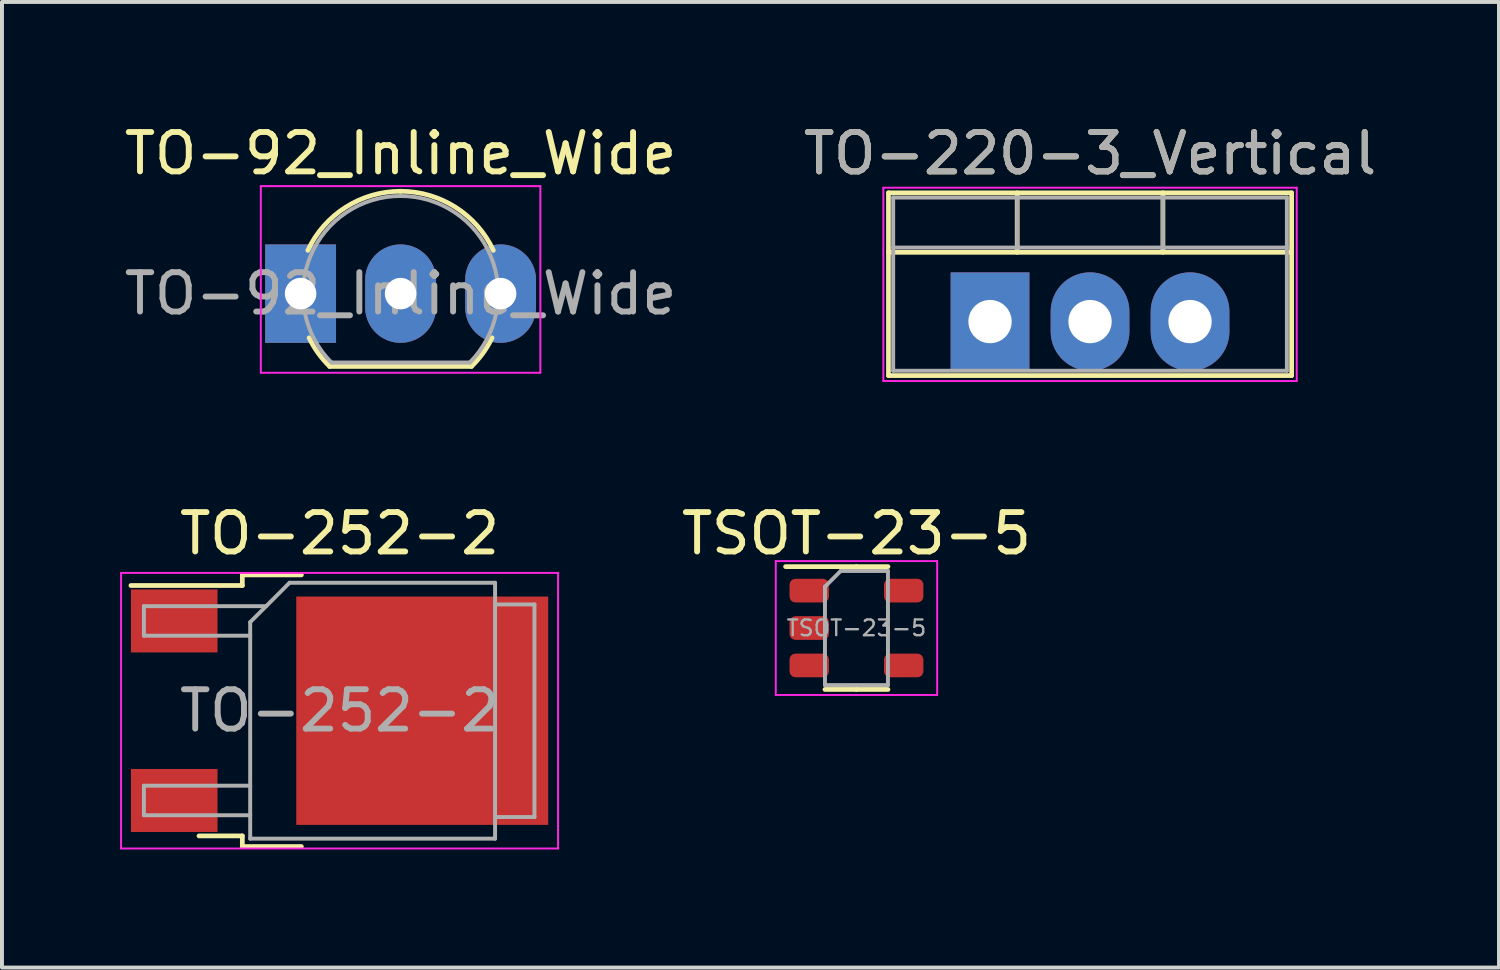
<source format=kicad_pcb>
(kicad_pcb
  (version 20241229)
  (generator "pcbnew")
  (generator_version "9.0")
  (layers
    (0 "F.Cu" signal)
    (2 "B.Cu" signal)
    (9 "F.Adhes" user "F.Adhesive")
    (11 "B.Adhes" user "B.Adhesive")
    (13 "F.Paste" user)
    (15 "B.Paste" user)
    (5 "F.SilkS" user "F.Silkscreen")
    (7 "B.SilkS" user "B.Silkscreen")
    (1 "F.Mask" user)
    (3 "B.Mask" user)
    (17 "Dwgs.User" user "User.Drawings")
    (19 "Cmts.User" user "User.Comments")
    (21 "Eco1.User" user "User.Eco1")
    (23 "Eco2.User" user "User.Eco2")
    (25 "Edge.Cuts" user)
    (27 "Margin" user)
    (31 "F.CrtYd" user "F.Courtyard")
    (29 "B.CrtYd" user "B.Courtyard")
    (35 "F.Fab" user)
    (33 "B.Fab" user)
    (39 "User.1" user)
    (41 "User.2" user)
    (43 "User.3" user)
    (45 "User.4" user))
  (footprint "TO-92_Inline_Wide"
    (layer "F.Cu")
    (at 4.585 4.408)
    (property "Reference" "TO-92_Inline_Wide" (at 2.54 -3.56 0) (layer "F.SilkS") (effects (font (size 1 1) (thickness 0.15))))
    (attr through_hole)
    (fp_line (start 0.74 1.85) (end 4.34 1.85) (stroke (width 0.12) (type solid)) (layer "F.SilkS"))
    (fp_arc (start 0.1836 -1.098807) (mid 1.143021 -2.192817) (end 2.54 -2.6) (stroke (width 0.12) (type solid)) (layer "F.SilkS"))
    (fp_arc (start 0.74 1.85) (mid 0.446097 1.509328) (end 0.215816 1.122795) (stroke (width 0.12) (type solid)) (layer "F.SilkS"))
    (fp_arc (start 2.54 -2.6) (mid 3.936979 -2.192818) (end 4.8964 -1.098807) (stroke (width 0.12) (type solid)) (layer "F.SilkS"))
    (fp_arc (start 4.864184 1.122795) (mid 4.633903 1.509328) (end 4.34 1.85) (stroke (width 0.12) (type solid)) (layer "F.SilkS"))
    (fp_line (start -1.01 -2.73) (end -1.01 2.01) (stroke (width 0.05) (type solid)) (layer "F.CrtYd"))
    (fp_line (start -1.01 -2.73) (end 6.09 -2.73) (stroke (width 0.05) (type solid)) (layer "F.CrtYd"))
    (fp_line (start 6.09 2.01) (end -1.01 2.01) (stroke (width 0.05) (type solid)) (layer "F.CrtYd"))
    (fp_line (start 6.09 2.01) (end 6.09 -2.73) (stroke (width 0.05) (type solid)) (layer "F.CrtYd"))
    (fp_line (start 0.8 1.75) (end 4.3 1.75) (stroke (width 0.1) (type solid)) (layer "F.Fab"))
    (fp_arc (start 0.786375 1.753625) (mid 0.248779 -0.949055) (end 2.54 -2.48) (stroke (width 0.1) (type solid)) (layer "F.Fab"))
    (fp_arc (start 2.54 -2.48) (mid 4.831221 -0.949055) (end 4.293625 1.753625) (stroke (width 0.1) (type solid)) (layer "F.Fab"))
    (fp_text user "${REFERENCE}" (at 2.54 0 0) (layer "F.Fab") (effects (font (size 1 1) (thickness 0.15))))
    (pad "1" thru_hole rect (at 0 0) (size 1.8 2.5) (drill 0.8) (layers "*.Cu" "*.Mask"))
    (pad "2" thru_hole oval (at 2.54 0) (size 1.8 2.5) (drill 0.8) (layers "*.Cu" "*.Mask"))
    (pad "3" thru_hole oval (at 5.08 0) (size 1.8 2.5) (drill 0.8) (layers "*.Cu" "*.Mask")))
  (footprint "TSOT-23-5"
    (layer "F.Cu")
    (at 18.704 12.902)
    (property "Reference" "TSOT-23-5" (at 0 -2.4 0) (layer "F.SilkS") (effects (font (size 1 1) (thickness 0.15))))
    (attr smd)
    (fp_line (start 0 -1.56) (end -1.8 -1.56) (stroke (width 0.12) (type solid)) (layer "F.SilkS"))
    (fp_line (start 0 -1.56) (end 0.8 -1.56) (stroke (width 0.12) (type solid)) (layer "F.SilkS"))
    (fp_line (start 0 1.56) (end -0.8 1.56) (stroke (width 0.12) (type solid)) (layer "F.SilkS"))
    (fp_line (start 0 1.56) (end 0.8 1.56) (stroke (width 0.12) (type solid)) (layer "F.SilkS"))
    (fp_line (start -2.05 -1.7) (end -2.05 1.7) (stroke (width 0.05) (type solid)) (layer "F.CrtYd"))
    (fp_line (start -2.05 1.7) (end 2.05 1.7) (stroke (width 0.05) (type solid)) (layer "F.CrtYd"))
    (fp_line (start 2.05 -1.7) (end -2.05 -1.7) (stroke (width 0.05) (type solid)) (layer "F.CrtYd"))
    (fp_line (start 2.05 1.7) (end 2.05 -1.7) (stroke (width 0.05) (type solid)) (layer "F.CrtYd"))
    (fp_line (start -0.8 -1.05) (end -0.4 -1.45) (stroke (width 0.1) (type solid)) (layer "F.Fab"))
    (fp_line (start -0.8 1.45) (end -0.8 -1.05) (stroke (width 0.1) (type solid)) (layer "F.Fab"))
    (fp_line (start -0.4 -1.45) (end 0.8 -1.45) (stroke (width 0.1) (type solid)) (layer "F.Fab"))
    (fp_line (start 0.8 -1.45) (end 0.8 1.45) (stroke (width 0.1) (type solid)) (layer "F.Fab"))
    (fp_line (start 0.8 1.45) (end -0.8 1.45) (stroke (width 0.1) (type solid)) (layer "F.Fab"))
    (fp_text user "${REFERENCE}" (at 0 0 0) (layer "F.Fab") (effects (font (size 0.4 0.4) (thickness 0.06))))
    (pad "1" smd roundrect (at -1.2 -0.95) (size 1 0.6) (layers "F.Cu" "F.Mask" "F.Paste") (roundrect_rratio 0.25))
    (pad "2" smd roundrect (at -1.2 0) (size 1 0.6) (layers "F.Cu" "F.Mask" "F.Paste") (roundrect_rratio 0.25))
    (pad "3" smd roundrect (at -1.2 0.95) (size 1 0.6) (layers "F.Cu" "F.Mask" "F.Paste") (roundrect_rratio 0.25))
    (pad "4" smd roundrect (at 1.2 0.95) (size 1 0.6) (layers "F.Cu" "F.Mask" "F.Paste") (roundrect_rratio 0.25))
    (pad "5" smd roundrect (at 1.2 -0.95) (size 1 0.6) (layers "F.Cu" "F.Mask" "F.Paste") (roundrect_rratio 0.25)))
  (footprint "TO-220-3_Vertical"
    (layer "F.Cu")
    (at 22.097 5.118)
    (property "Reference" "TO-220-3_Vertical" (at 2.54 -4.27 0) (layer "F.SilkS") (effects (font (size 1 1) (thickness 0.15))))
    (attr through_hole)
    (fp_line (start -2.58 -3.27) (end -2.58 1.371) (stroke (width 0.12) (type solid)) (layer "F.SilkS"))
    (fp_line (start -2.58 -3.27) (end 7.66 -3.27) (stroke (width 0.12) (type solid)) (layer "F.SilkS"))
    (fp_line (start -2.58 -1.76) (end 7.66 -1.76) (stroke (width 0.12) (type solid)) (layer "F.SilkS"))
    (fp_line (start -2.58 1.371) (end 7.66 1.371) (stroke (width 0.12) (type solid)) (layer "F.SilkS"))
    (fp_line (start 0.69 -3.27) (end 0.69 -1.76) (stroke (width 0.12) (type solid)) (layer "F.SilkS"))
    (fp_line (start 4.391 -3.27) (end 4.391 -1.76) (stroke (width 0.12) (type solid)) (layer "F.SilkS"))
    (fp_line (start 7.66 -3.27) (end 7.66 1.371) (stroke (width 0.12) (type solid)) (layer "F.SilkS"))
    (fp_line (start -2.71 -3.4) (end -2.71 1.51) (stroke (width 0.05) (type solid)) (layer "F.CrtYd"))
    (fp_line (start -2.71 1.51) (end 7.79 1.51) (stroke (width 0.05) (type solid)) (layer "F.CrtYd"))
    (fp_line (start 7.79 -3.4) (end -2.71 -3.4) (stroke (width 0.05) (type solid)) (layer "F.CrtYd"))
    (fp_line (start 7.79 1.51) (end 7.79 -3.4) (stroke (width 0.05) (type solid)) (layer "F.CrtYd"))
    (fp_line (start -2.46 -3.15) (end -2.46 1.25) (stroke (width 0.1) (type solid)) (layer "F.Fab"))
    (fp_line (start -2.46 -1.88) (end 7.54 -1.88) (stroke (width 0.1) (type solid)) (layer "F.Fab"))
    (fp_line (start -2.46 1.25) (end 7.54 1.25) (stroke (width 0.1) (type solid)) (layer "F.Fab"))
    (fp_line (start 0.69 -3.15) (end 0.69 -1.88) (stroke (width 0.1) (type solid)) (layer "F.Fab"))
    (fp_line (start 4.39 -3.15) (end 4.39 -1.88) (stroke (width 0.1) (type solid)) (layer "F.Fab"))
    (fp_line (start 7.54 -3.15) (end -2.46 -3.15) (stroke (width 0.1) (type solid)) (layer "F.Fab"))
    (fp_line (start 7.54 1.25) (end 7.54 -3.15) (stroke (width 0.1) (type solid)) (layer "F.Fab"))
    (fp_text user "${REFERENCE}" (at 2.54 -4.27 0) (layer "F.Fab") (effects (font (size 1 1) (thickness 0.15))))
    (pad "1" thru_hole rect (at 0 0) (size 2 2.5) (drill 1.1) (layers "*.Cu" "*.Mask"))
    (pad "2" thru_hole oval (at 2.54 0) (size 2 2.5) (drill 1.1) (layers "*.Cu" "*.Mask"))
    (pad "3" thru_hole oval (at 5.08 0) (size 2 2.5) (drill 1.1) (layers "*.Cu" "*.Mask")))
  (footprint "TO-252-2"
    (layer "F.Cu")
    (at 5.575 15.002)
    (property "Reference" "TO-252-2" (at 0 -4.5 0) (layer "F.SilkS") (effects (font (size 1 1) (thickness 0.15))))
    (attr smd)
    (fp_line (start -2.47 -3.45) (end -2.47 -3.18) (stroke (width 0.12) (type solid)) (layer "F.SilkS"))
    (fp_line (start -2.47 -3.18) (end -5.3 -3.18) (stroke (width 0.12) (type solid)) (layer "F.SilkS"))
    (fp_line (start -2.47 3.18) (end -3.57 3.18) (stroke (width 0.12) (type solid)) (layer "F.SilkS"))
    (fp_line (start -2.47 3.45) (end -2.47 3.18) (stroke (width 0.12) (type solid)) (layer "F.SilkS"))
    (fp_line (start -0.97 -3.45) (end -2.47 -3.45) (stroke (width 0.12) (type solid)) (layer "F.SilkS"))
    (fp_line (start -0.97 3.45) (end -2.47 3.45) (stroke (width 0.12) (type solid)) (layer "F.SilkS"))
    (fp_line (start -5.55 -3.5) (end -5.55 3.5) (stroke (width 0.05) (type solid)) (layer "F.CrtYd"))
    (fp_line (start -5.55 3.5) (end 5.55 3.5) (stroke (width 0.05) (type solid)) (layer "F.CrtYd"))
    (fp_line (start 5.55 -3.5) (end -5.55 -3.5) (stroke (width 0.05) (type solid)) (layer "F.CrtYd"))
    (fp_line (start 5.55 3.5) (end 5.55 -3.5) (stroke (width 0.05) (type solid)) (layer "F.CrtYd"))
    (fp_line (start -4.97 -2.655) (end -4.97 -1.905) (stroke (width 0.1) (type solid)) (layer "F.Fab"))
    (fp_line (start -4.97 -1.905) (end -2.27 -1.905) (stroke (width 0.1) (type solid)) (layer "F.Fab"))
    (fp_line (start -4.97 1.905) (end -4.97 2.655) (stroke (width 0.1) (type solid)) (layer "F.Fab"))
    (fp_line (start -4.97 2.655) (end -2.27 2.655) (stroke (width 0.1) (type solid)) (layer "F.Fab"))
    (fp_line (start -2.27 -2.25) (end -1.27 -3.25) (stroke (width 0.1) (type solid)) (layer "F.Fab"))
    (fp_line (start -2.27 1.905) (end -4.97 1.905) (stroke (width 0.1) (type solid)) (layer "F.Fab"))
    (fp_line (start -2.27 3.25) (end -2.27 -2.25) (stroke (width 0.1) (type solid)) (layer "F.Fab"))
    (fp_line (start -1.865 -2.655) (end -4.97 -2.655) (stroke (width 0.1) (type solid)) (layer "F.Fab"))
    (fp_line (start -1.27 -3.25) (end 3.95 -3.25) (stroke (width 0.1) (type solid)) (layer "F.Fab"))
    (fp_line (start 3.95 -3.25) (end 3.95 3.25) (stroke (width 0.1) (type solid)) (layer "F.Fab"))
    (fp_line (start 3.95 -2.7) (end 4.95 -2.7) (stroke (width 0.1) (type solid)) (layer "F.Fab"))
    (fp_line (start 3.95 3.25) (end -2.27 3.25) (stroke (width 0.1) (type solid)) (layer "F.Fab"))
    (fp_line (start 4.95 -2.7) (end 4.95 2.7) (stroke (width 0.1) (type solid)) (layer "F.Fab"))
    (fp_line (start 4.95 2.7) (end 3.95 2.7) (stroke (width 0.1) (type solid)) (layer "F.Fab"))
    (fp_text user "${REFERENCE}" (at 0 0 0) (layer "F.Fab") (effects (font (size 1 1) (thickness 0.15))))
    (pad "" smd rect (at 0.425 -1.525) (size 3.05 2.75) (layers "F.Paste"))
    (pad "" smd rect (at 0.425 1.525) (size 3.05 2.75) (layers "F.Paste"))
    (pad "" smd rect (at 3.775 -1.525) (size 3.05 2.75) (layers "F.Paste"))
    (pad "" smd rect (at 3.775 1.525) (size 3.05 2.75) (layers "F.Paste"))
    (pad "1" smd rect (at -4.2 -2.28) (size 2.2 1.6) (layers "F.Cu" "F.Mask" "F.Paste"))
    (pad "2" smd rect (at 2.1 0) (size 6.4 5.8) (layers "F.Cu" "F.Mask"))
    (pad "3" smd rect (at -4.2 2.28) (size 2.2 1.6) (layers "F.Cu" "F.Mask" "F.Paste")))
  (gr_rect
    (start -3 -3)
    (end 35.024 21.526)
    (stroke (width 0.1) (type default))
    (fill no)
    (layer "Edge.Cuts")))
</source>
